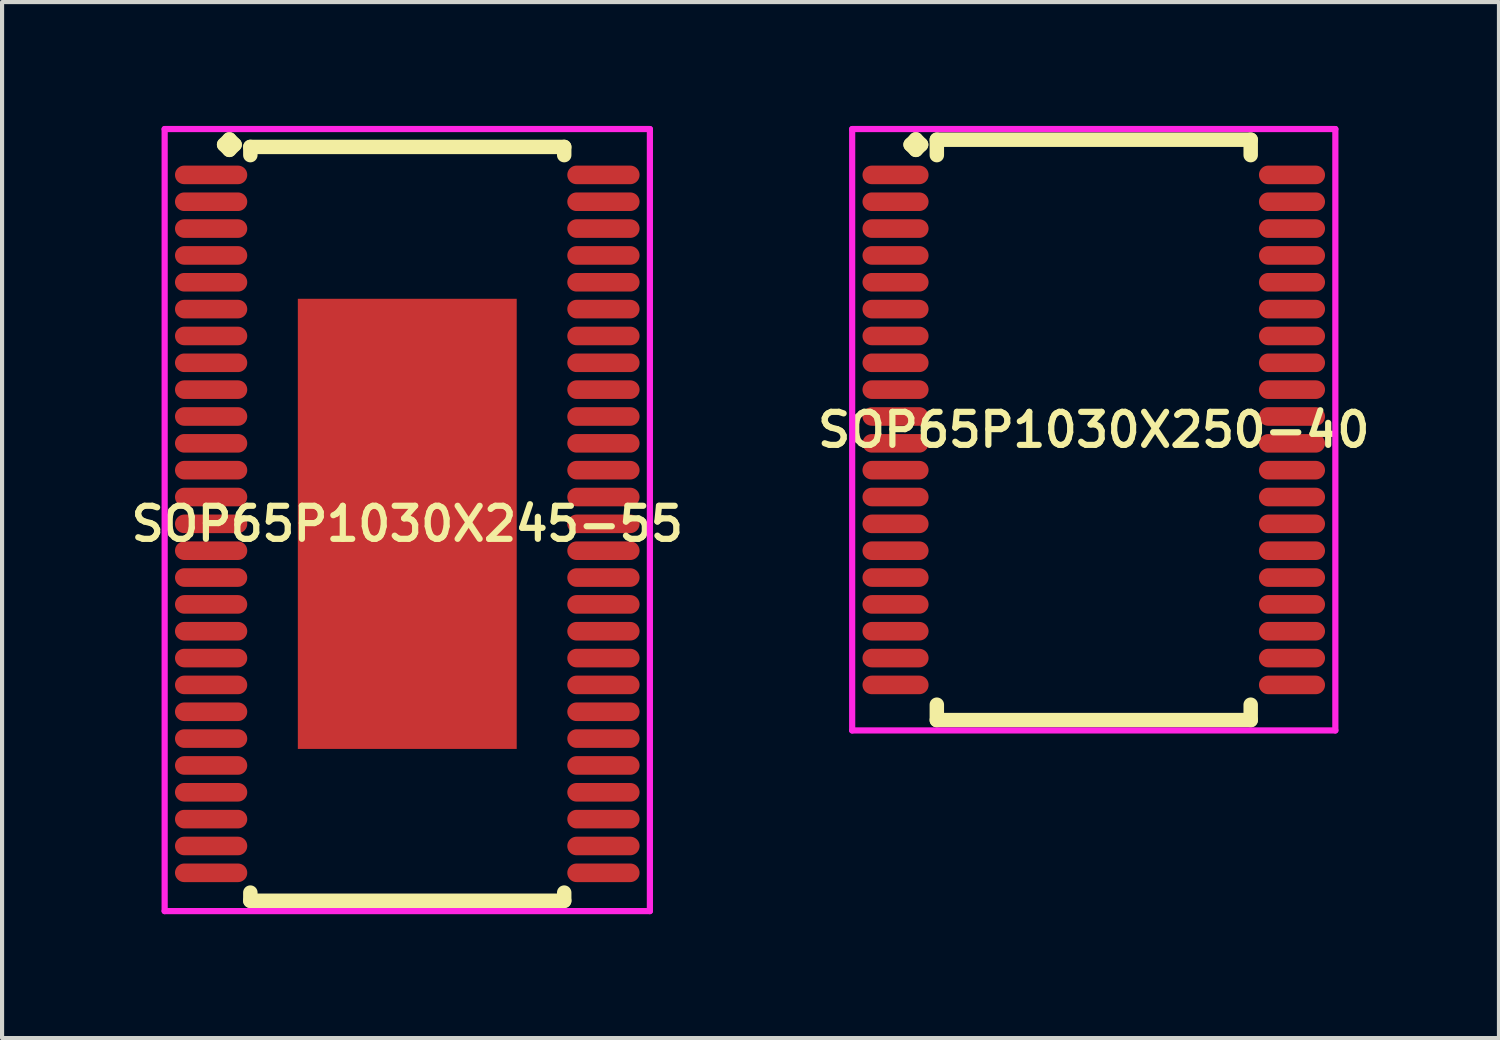
<source format=kicad_pcb>
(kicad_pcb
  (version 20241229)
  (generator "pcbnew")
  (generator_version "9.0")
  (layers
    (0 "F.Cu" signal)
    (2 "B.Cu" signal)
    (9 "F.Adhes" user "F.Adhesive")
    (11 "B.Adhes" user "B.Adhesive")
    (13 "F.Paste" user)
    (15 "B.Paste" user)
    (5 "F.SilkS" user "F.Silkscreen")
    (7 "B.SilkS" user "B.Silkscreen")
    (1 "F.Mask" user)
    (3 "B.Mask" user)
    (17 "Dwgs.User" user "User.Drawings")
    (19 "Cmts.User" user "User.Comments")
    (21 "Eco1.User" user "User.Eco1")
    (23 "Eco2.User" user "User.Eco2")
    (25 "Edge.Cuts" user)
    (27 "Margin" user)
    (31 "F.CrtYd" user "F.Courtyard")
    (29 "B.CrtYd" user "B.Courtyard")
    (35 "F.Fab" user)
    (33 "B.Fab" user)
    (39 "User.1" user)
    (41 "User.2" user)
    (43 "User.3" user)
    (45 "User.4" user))
  (footprint "SOP65P1030X250-40"
    (layer "F.Cu")
    (at 23.435 7.36)
    (property "Reference" "SOP65P1030X250-40" (at 0 0 0) (layer "F.SilkS") (effects (font (size 0.8 0.8) (thickness 0.15))))
    (attr smd)
    (fp_line (start -4.435 -6.908) (end -4.308 -7.035) (stroke (width 0.35) (type solid)) (layer "F.SilkS"))
    (fp_line (start -4.308 -7.035) (end -4.181 -6.908) (stroke (width 0.35) (type solid)) (layer "F.SilkS"))
    (fp_line (start -4.308 -6.781) (end -4.435 -6.908) (stroke (width 0.35) (type solid)) (layer "F.SilkS"))
    (fp_line (start -4.181 -6.908) (end -4.308 -6.781) (stroke (width 0.35) (type solid)) (layer "F.SilkS"))
    (fp_line (start -3.8 -7.027) (end 3.8 -7.027) (stroke (width 0.35) (type solid)) (layer "F.SilkS"))
    (fp_line (start -3.8 -6.654) (end -3.8 -7.027) (stroke (width 0.35) (type solid)) (layer "F.SilkS"))
    (fp_line (start -3.8 6.654) (end -3.8 7.027) (stroke (width 0.35) (type solid)) (layer "F.SilkS"))
    (fp_line (start -3.8 7.027) (end 3.8 7.027) (stroke (width 0.35) (type solid)) (layer "F.SilkS"))
    (fp_line (start 3.8 -7.027) (end 3.8 -6.654) (stroke (width 0.35) (type solid)) (layer "F.SilkS"))
    (fp_line (start 3.8 7.027) (end 3.8 6.654) (stroke (width 0.35) (type solid)) (layer "F.SilkS"))
    (fp_line (start -5.85 -7.285) (end 5.85 -7.285) (stroke (width 0.15) (type solid)) (layer "F.CrtYd"))
    (fp_line (start -5.85 7.277) (end -5.85 -7.285) (stroke (width 0.15) (type solid)) (layer "F.CrtYd"))
    (fp_line (start 5.85 -7.285) (end 5.85 7.277) (stroke (width 0.15) (type solid)) (layer "F.CrtYd"))
    (fp_line (start 5.85 7.277) (end -5.85 7.277) (stroke (width 0.15) (type solid)) (layer "F.CrtYd"))
    (pad "1" smd oval (at -4.8 -6.175) (size 1.6 0.45) (layers "F.Cu" "F.Mask" "F.Paste"))
    (pad "2" smd oval (at -4.8 -5.525) (size 1.6 0.45) (layers "F.Cu" "F.Mask" "F.Paste"))
    (pad "3" smd oval (at -4.8 -4.875) (size 1.6 0.45) (layers "F.Cu" "F.Mask" "F.Paste"))
    (pad "4" smd oval (at -4.8 -4.225) (size 1.6 0.45) (layers "F.Cu" "F.Mask" "F.Paste"))
    (pad "5" smd oval (at -4.8 -3.575) (size 1.6 0.45) (layers "F.Cu" "F.Mask" "F.Paste"))
    (pad "6" smd oval (at -4.8 -2.925) (size 1.6 0.45) (layers "F.Cu" "F.Mask" "F.Paste"))
    (pad "7" smd oval (at -4.8 -2.275) (size 1.6 0.45) (layers "F.Cu" "F.Mask" "F.Paste"))
    (pad "8" smd oval (at -4.8 -1.625) (size 1.6 0.45) (layers "F.Cu" "F.Mask" "F.Paste"))
    (pad "9" smd oval (at -4.8 -0.975) (size 1.6 0.45) (layers "F.Cu" "F.Mask" "F.Paste"))
    (pad "10" smd oval (at -4.8 -0.325) (size 1.6 0.45) (layers "F.Cu" "F.Mask" "F.Paste"))
    (pad "11" smd oval (at -4.8 0.325) (size 1.6 0.45) (layers "F.Cu" "F.Mask" "F.Paste"))
    (pad "12" smd oval (at -4.8 0.975) (size 1.6 0.45) (layers "F.Cu" "F.Mask" "F.Paste"))
    (pad "13" smd oval (at -4.8 1.625) (size 1.6 0.45) (layers "F.Cu" "F.Mask" "F.Paste"))
    (pad "14" smd oval (at -4.8 2.275) (size 1.6 0.45) (layers "F.Cu" "F.Mask" "F.Paste"))
    (pad "15" smd oval (at -4.8 2.925) (size 1.6 0.45) (layers "F.Cu" "F.Mask" "F.Paste"))
    (pad "16" smd oval (at -4.8 3.575) (size 1.6 0.45) (layers "F.Cu" "F.Mask" "F.Paste"))
    (pad "17" smd oval (at -4.8 4.225) (size 1.6 0.45) (layers "F.Cu" "F.Mask" "F.Paste"))
    (pad "18" smd oval (at -4.8 4.875) (size 1.6 0.45) (layers "F.Cu" "F.Mask" "F.Paste"))
    (pad "19" smd oval (at -4.8 5.525) (size 1.6 0.45) (layers "F.Cu" "F.Mask" "F.Paste"))
    (pad "20" smd oval (at -4.8 6.175) (size 1.6 0.45) (layers "F.Cu" "F.Mask" "F.Paste"))
    (pad "21" smd oval (at 4.8 6.175) (size 1.6 0.45) (layers "F.Cu" "F.Mask" "F.Paste"))
    (pad "22" smd oval (at 4.8 5.525) (size 1.6 0.45) (layers "F.Cu" "F.Mask" "F.Paste"))
    (pad "23" smd oval (at 4.8 4.875) (size 1.6 0.45) (layers "F.Cu" "F.Mask" "F.Paste"))
    (pad "24" smd oval (at 4.8 4.225) (size 1.6 0.45) (layers "F.Cu" "F.Mask" "F.Paste"))
    (pad "25" smd oval (at 4.8 3.575) (size 1.6 0.45) (layers "F.Cu" "F.Mask" "F.Paste"))
    (pad "26" smd oval (at 4.8 2.925) (size 1.6 0.45) (layers "F.Cu" "F.Mask" "F.Paste"))
    (pad "27" smd oval (at 4.8 2.275) (size 1.6 0.45) (layers "F.Cu" "F.Mask" "F.Paste"))
    (pad "28" smd oval (at 4.8 1.625) (size 1.6 0.45) (layers "F.Cu" "F.Mask" "F.Paste"))
    (pad "29" smd oval (at 4.8 0.975) (size 1.6 0.45) (layers "F.Cu" "F.Mask" "F.Paste"))
    (pad "30" smd oval (at 4.8 0.325) (size 1.6 0.45) (layers "F.Cu" "F.Mask" "F.Paste"))
    (pad "31" smd oval (at 4.8 -0.325) (size 1.6 0.45) (layers "F.Cu" "F.Mask" "F.Paste"))
    (pad "32" smd oval (at 4.8 -0.975) (size 1.6 0.45) (layers "F.Cu" "F.Mask" "F.Paste"))
    (pad "33" smd oval (at 4.8 -1.625) (size 1.6 0.45) (layers "F.Cu" "F.Mask" "F.Paste"))
    (pad "34" smd oval (at 4.8 -2.275) (size 1.6 0.45) (layers "F.Cu" "F.Mask" "F.Paste"))
    (pad "35" smd oval (at 4.8 -2.925) (size 1.6 0.45) (layers "F.Cu" "F.Mask" "F.Paste"))
    (pad "36" smd oval (at 4.8 -3.575) (size 1.6 0.45) (layers "F.Cu" "F.Mask" "F.Paste"))
    (pad "37" smd oval (at 4.8 -4.225) (size 1.6 0.45) (layers "F.Cu" "F.Mask" "F.Paste"))
    (pad "38" smd oval (at 4.8 -4.875) (size 1.6 0.45) (layers "F.Cu" "F.Mask" "F.Paste"))
    (pad "39" smd oval (at 4.8 -5.525) (size 1.6 0.45) (layers "F.Cu" "F.Mask" "F.Paste"))
    (pad "40" smd oval (at 4.8 -6.175) (size 1.6 0.45) (layers "F.Cu" "F.Mask" "F.Paste")))
  (footprint "SOP65P1030X245-55"
    (layer "F.Cu")
    (at 6.812 9.635)
    (property "Reference" "SOP65P1030X245-55" (at 0 0 0) (layer "F.SilkS") (effects (font (size 0.8 0.8) (thickness 0.15))))
    (attr smd)
    (fp_line (start -4.435 -9.183) (end -4.308 -9.31) (stroke (width 0.35) (type solid)) (layer "F.SilkS"))
    (fp_line (start -4.308 -9.31) (end -4.181 -9.183) (stroke (width 0.35) (type solid)) (layer "F.SilkS"))
    (fp_line (start -4.308 -9.056) (end -4.435 -9.183) (stroke (width 0.35) (type solid)) (layer "F.SilkS"))
    (fp_line (start -4.181 -9.183) (end -4.308 -9.056) (stroke (width 0.35) (type solid)) (layer "F.SilkS"))
    (fp_line (start -3.8 -9.127) (end 3.8 -9.127) (stroke (width 0.35) (type solid)) (layer "F.SilkS"))
    (fp_line (start -3.8 -8.929) (end -3.8 -9.127) (stroke (width 0.35) (type solid)) (layer "F.SilkS"))
    (fp_line (start -3.8 8.929) (end -3.8 9.127) (stroke (width 0.35) (type solid)) (layer "F.SilkS"))
    (fp_line (start -3.8 9.127) (end 3.8 9.127) (stroke (width 0.35) (type solid)) (layer "F.SilkS"))
    (fp_line (start 3.8 -9.127) (end 3.8 -8.929) (stroke (width 0.35) (type solid)) (layer "F.SilkS"))
    (fp_line (start 3.8 9.127) (end 3.8 8.929) (stroke (width 0.35) (type solid)) (layer "F.SilkS"))
    (fp_line (start -5.875 -9.56) (end 5.875 -9.56) (stroke (width 0.15) (type solid)) (layer "F.CrtYd"))
    (fp_line (start -5.875 9.377) (end -5.875 -9.56) (stroke (width 0.15) (type solid)) (layer "F.CrtYd"))
    (fp_line (start 5.875 -9.56) (end 5.875 9.377) (stroke (width 0.15) (type solid)) (layer "F.CrtYd"))
    (fp_line (start 5.875 9.377) (end -5.875 9.377) (stroke (width 0.15) (type solid)) (layer "F.CrtYd"))
    (pad "1" smd oval (at -4.75 -8.45) (size 1.75 0.45) (layers "F.Cu" "F.Mask" "F.Paste"))
    (pad "2" smd oval (at -4.75 -7.8) (size 1.75 0.45) (layers "F.Cu" "F.Mask" "F.Paste"))
    (pad "3" smd oval (at -4.75 -7.15) (size 1.75 0.45) (layers "F.Cu" "F.Mask" "F.Paste"))
    (pad "4" smd oval (at -4.75 -6.5) (size 1.75 0.45) (layers "F.Cu" "F.Mask" "F.Paste"))
    (pad "5" smd oval (at -4.75 -5.85) (size 1.75 0.45) (layers "F.Cu" "F.Mask" "F.Paste"))
    (pad "6" smd oval (at -4.75 -5.2) (size 1.75 0.45) (layers "F.Cu" "F.Mask" "F.Paste"))
    (pad "7" smd oval (at -4.75 -4.55) (size 1.75 0.45) (layers "F.Cu" "F.Mask" "F.Paste"))
    (pad "8" smd oval (at -4.75 -3.9) (size 1.75 0.45) (layers "F.Cu" "F.Mask" "F.Paste"))
    (pad "9" smd oval (at -4.75 -3.25) (size 1.75 0.45) (layers "F.Cu" "F.Mask" "F.Paste"))
    (pad "10" smd oval (at -4.75 -2.6) (size 1.75 0.45) (layers "F.Cu" "F.Mask" "F.Paste"))
    (pad "11" smd oval (at -4.75 -1.95) (size 1.75 0.45) (layers "F.Cu" "F.Mask" "F.Paste"))
    (pad "12" smd oval (at -4.75 -1.3) (size 1.75 0.45) (layers "F.Cu" "F.Mask" "F.Paste"))
    (pad "13" smd oval (at -4.75 -0.65) (size 1.75 0.45) (layers "F.Cu" "F.Mask" "F.Paste"))
    (pad "14" smd oval (at -4.75 0) (size 1.75 0.45) (layers "F.Cu" "F.Mask" "F.Paste"))
    (pad "15" smd oval (at -4.75 0.65) (size 1.75 0.45) (layers "F.Cu" "F.Mask" "F.Paste"))
    (pad "16" smd oval (at -4.75 1.3) (size 1.75 0.45) (layers "F.Cu" "F.Mask" "F.Paste"))
    (pad "17" smd oval (at -4.75 1.95) (size 1.75 0.45) (layers "F.Cu" "F.Mask" "F.Paste"))
    (pad "18" smd oval (at -4.75 2.6) (size 1.75 0.45) (layers "F.Cu" "F.Mask" "F.Paste"))
    (pad "19" smd oval (at -4.75 3.25) (size 1.75 0.45) (layers "F.Cu" "F.Mask" "F.Paste"))
    (pad "20" smd oval (at -4.75 3.9) (size 1.75 0.45) (layers "F.Cu" "F.Mask" "F.Paste"))
    (pad "21" smd oval (at -4.75 4.55) (size 1.75 0.45) (layers "F.Cu" "F.Mask" "F.Paste"))
    (pad "22" smd oval (at -4.75 5.2) (size 1.75 0.45) (layers "F.Cu" "F.Mask" "F.Paste"))
    (pad "23" smd oval (at -4.75 5.85) (size 1.75 0.45) (layers "F.Cu" "F.Mask" "F.Paste"))
    (pad "24" smd oval (at -4.75 6.5) (size 1.75 0.45) (layers "F.Cu" "F.Mask" "F.Paste"))
    (pad "25" smd oval (at -4.75 7.15) (size 1.75 0.45) (layers "F.Cu" "F.Mask" "F.Paste"))
    (pad "26" smd oval (at -4.75 7.8) (size 1.75 0.45) (layers "F.Cu" "F.Mask" "F.Paste"))
    (pad "27" smd oval (at -4.75 8.45) (size 1.75 0.45) (layers "F.Cu" "F.Mask" "F.Paste"))
    (pad "28" smd oval (at 4.75 8.45) (size 1.75 0.45) (layers "F.Cu" "F.Mask" "F.Paste"))
    (pad "29" smd oval (at 4.75 7.8) (size 1.75 0.45) (layers "F.Cu" "F.Mask" "F.Paste"))
    (pad "30" smd oval (at 4.75 7.15) (size 1.75 0.45) (layers "F.Cu" "F.Mask" "F.Paste"))
    (pad "31" smd oval (at 4.75 6.5) (size 1.75 0.45) (layers "F.Cu" "F.Mask" "F.Paste"))
    (pad "32" smd oval (at 4.75 5.85) (size 1.75 0.45) (layers "F.Cu" "F.Mask" "F.Paste"))
    (pad "33" smd oval (at 4.75 5.2) (size 1.75 0.45) (layers "F.Cu" "F.Mask" "F.Paste"))
    (pad "34" smd oval (at 4.75 4.55) (size 1.75 0.45) (layers "F.Cu" "F.Mask" "F.Paste"))
    (pad "35" smd oval (at 4.75 3.9) (size 1.75 0.45) (layers "F.Cu" "F.Mask" "F.Paste"))
    (pad "36" smd oval (at 4.75 3.25) (size 1.75 0.45) (layers "F.Cu" "F.Mask" "F.Paste"))
    (pad "37" smd oval (at 4.75 2.6) (size 1.75 0.45) (layers "F.Cu" "F.Mask" "F.Paste"))
    (pad "38" smd oval (at 4.75 1.95) (size 1.75 0.45) (layers "F.Cu" "F.Mask" "F.Paste"))
    (pad "39" smd oval (at 4.75 1.3) (size 1.75 0.45) (layers "F.Cu" "F.Mask" "F.Paste"))
    (pad "40" smd oval (at 4.75 0.65) (size 1.75 0.45) (layers "F.Cu" "F.Mask" "F.Paste"))
    (pad "41" smd oval (at 4.75 0) (size 1.75 0.45) (layers "F.Cu" "F.Mask" "F.Paste"))
    (pad "42" smd oval (at 4.75 -0.65) (size 1.75 0.45) (layers "F.Cu" "F.Mask" "F.Paste"))
    (pad "43" smd oval (at 4.75 -1.3) (size 1.75 0.45) (layers "F.Cu" "F.Mask" "F.Paste"))
    (pad "44" smd oval (at 4.75 -1.95) (size 1.75 0.45) (layers "F.Cu" "F.Mask" "F.Paste"))
    (pad "45" smd oval (at 4.75 -2.6) (size 1.75 0.45) (layers "F.Cu" "F.Mask" "F.Paste"))
    (pad "46" smd oval (at 4.75 -3.25) (size 1.75 0.45) (layers "F.Cu" "F.Mask" "F.Paste"))
    (pad "47" smd oval (at 4.75 -3.9) (size 1.75 0.45) (layers "F.Cu" "F.Mask" "F.Paste"))
    (pad "48" smd oval (at 4.75 -4.55) (size 1.75 0.45) (layers "F.Cu" "F.Mask" "F.Paste"))
    (pad "49" smd oval (at 4.75 -5.2) (size 1.75 0.45) (layers "F.Cu" "F.Mask" "F.Paste"))
    (pad "50" smd oval (at 4.75 -5.85) (size 1.75 0.45) (layers "F.Cu" "F.Mask" "F.Paste"))
    (pad "51" smd oval (at 4.75 -6.5) (size 1.75 0.45) (layers "F.Cu" "F.Mask" "F.Paste"))
    (pad "52" smd oval (at 4.75 -7.15) (size 1.75 0.45) (layers "F.Cu" "F.Mask" "F.Paste"))
    (pad "53" smd oval (at 4.75 -7.8) (size 1.75 0.45) (layers "F.Cu" "F.Mask" "F.Paste"))
    (pad "54" smd oval (at 4.75 -8.45) (size 1.75 0.45) (layers "F.Cu" "F.Mask" "F.Paste"))
    (pad "55" smd rect (at 0 0) (size 5.3 10.9) (layers "F.Cu" "F.Mask" "F.Paste")))
  (gr_rect
    (start -3 -3)
    (end 33.247 22.087)
    (stroke (width 0.1) (type default))
    (fill no)
    (layer "Edge.Cuts")))
</source>
